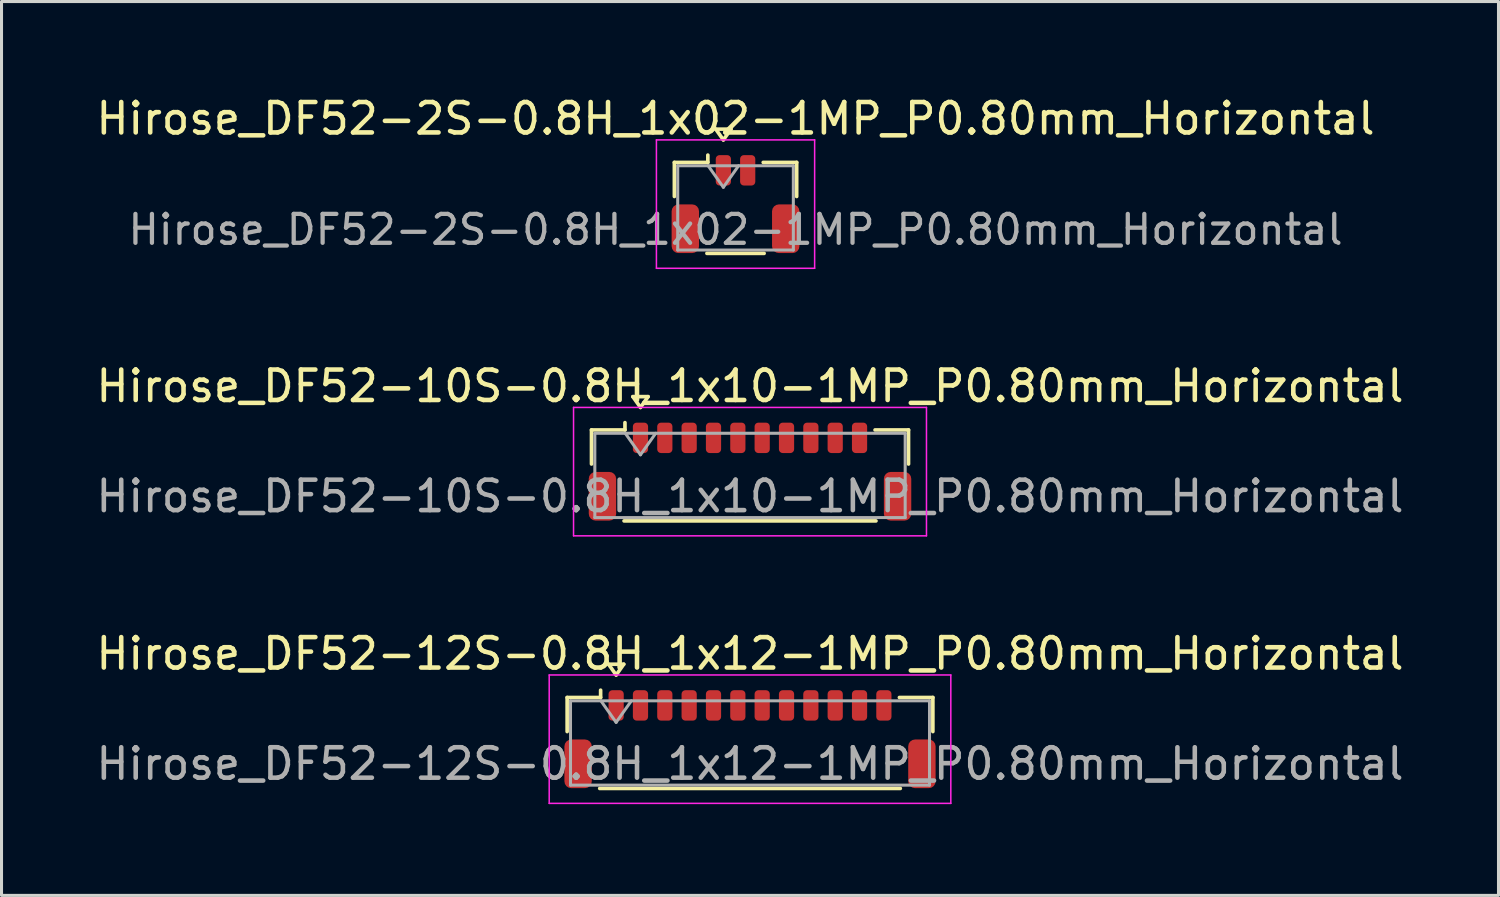
<source format=kicad_pcb>
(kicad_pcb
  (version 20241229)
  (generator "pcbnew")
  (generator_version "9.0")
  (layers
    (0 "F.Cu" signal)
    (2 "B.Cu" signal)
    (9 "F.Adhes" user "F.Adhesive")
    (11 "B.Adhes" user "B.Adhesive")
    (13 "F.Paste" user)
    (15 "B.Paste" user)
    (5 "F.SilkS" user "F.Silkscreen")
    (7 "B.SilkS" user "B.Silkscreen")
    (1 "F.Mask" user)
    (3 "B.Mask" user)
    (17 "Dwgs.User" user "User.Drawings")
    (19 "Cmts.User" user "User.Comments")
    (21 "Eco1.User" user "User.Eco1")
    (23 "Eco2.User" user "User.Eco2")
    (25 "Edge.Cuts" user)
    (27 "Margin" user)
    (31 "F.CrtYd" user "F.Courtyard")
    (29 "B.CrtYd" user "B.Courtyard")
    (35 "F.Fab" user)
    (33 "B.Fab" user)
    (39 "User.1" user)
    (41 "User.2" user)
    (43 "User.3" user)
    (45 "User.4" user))
  (footprint "Hirose_DF52-12S-0.8H_1x12-1MP_P0.80mm_Horizontal"
    (layer "F.Cu")
    (at 21.601 21.245)
    (property "Reference" "Hirose_DF52-12S-0.8H_1x12-1MP_P0.80mm_Horizontal" (at 0 -2.81 0) (layer "F.SilkS") (effects (font (size 1 1) (thickness 0.15))))
    (attr smd)
    (fp_line (start -6.01 -1.37) (end -4.91 -1.37) (stroke (width 0.12) (type solid)) (layer "F.SilkS"))
    (fp_line (start -6.01 -0.25) (end -6.01 -1.37) (stroke (width 0.12) (type solid)) (layer "F.SilkS"))
    (fp_line (start -4.94 1.62) (end 4.94 1.62) (stroke (width 0.12) (type solid)) (layer "F.SilkS"))
    (fp_line (start -4.91 -1.37) (end -4.91 -1.61) (stroke (width 0.12) (type solid)) (layer "F.SilkS"))
    (fp_line (start -4.65 -2.464) (end -4.4 -2.11) (stroke (width 0.12) (type solid)) (layer "F.SilkS"))
    (fp_line (start -4.4 -2.11) (end -4.15 -2.464) (stroke (width 0.12) (type solid)) (layer "F.SilkS"))
    (fp_line (start -4.15 -2.464) (end -4.65 -2.464) (stroke (width 0.12) (type solid)) (layer "F.SilkS"))
    (fp_line (start 6.01 -1.37) (end 4.91 -1.37) (stroke (width 0.12) (type solid)) (layer "F.SilkS"))
    (fp_line (start 6.01 -0.25) (end 6.01 -1.37) (stroke (width 0.12) (type solid)) (layer "F.SilkS"))
    (fp_line (start -6.6 -2.11) (end -6.6 2.11) (stroke (width 0.05) (type solid)) (layer "F.CrtYd"))
    (fp_line (start -6.6 2.11) (end 6.6 2.11) (stroke (width 0.05) (type solid)) (layer "F.CrtYd"))
    (fp_line (start 6.6 -2.11) (end -6.6 -2.11) (stroke (width 0.05) (type solid)) (layer "F.CrtYd"))
    (fp_line (start 6.6 2.11) (end 6.6 -2.11) (stroke (width 0.05) (type solid)) (layer "F.CrtYd"))
    (fp_line (start -5.9 -1.26) (end -5.9 1.51) (stroke (width 0.1) (type solid)) (layer "F.Fab"))
    (fp_line (start -5.9 -1.26) (end 5.9 -1.26) (stroke (width 0.1) (type solid)) (layer "F.Fab"))
    (fp_line (start -5.9 1.51) (end 5.9 1.51) (stroke (width 0.1) (type solid)) (layer "F.Fab"))
    (fp_line (start -4.9 -1.26) (end -4.4 -0.553) (stroke (width 0.1) (type solid)) (layer "F.Fab"))
    (fp_line (start -4.4 -0.553) (end -3.9 -1.26) (stroke (width 0.1) (type solid)) (layer "F.Fab"))
    (fp_line (start 5.9 -1.26) (end 5.9 1.51) (stroke (width 0.1) (type solid)) (layer "F.Fab"))
    (fp_text user "${REFERENCE}" (at 0 0.81 0) (layer "F.Fab") (effects (font (size 1 1) (thickness 0.15))))
    (pad "1" smd roundrect (at -4.4 -1.11) (size 0.5 1) (layers "F.Cu" "F.Mask" "F.Paste") (roundrect_rratio 0.25))
    (pad "2" smd roundrect (at -3.6 -1.11) (size 0.5 1) (layers "F.Cu" "F.Mask" "F.Paste") (roundrect_rratio 0.25))
    (pad "3" smd roundrect (at -2.8 -1.11) (size 0.5 1) (layers "F.Cu" "F.Mask" "F.Paste") (roundrect_rratio 0.25))
    (pad "4" smd roundrect (at -2 -1.11) (size 0.5 1) (layers "F.Cu" "F.Mask" "F.Paste") (roundrect_rratio 0.25))
    (pad "5" smd roundrect (at -1.2 -1.11) (size 0.5 1) (layers "F.Cu" "F.Mask" "F.Paste") (roundrect_rratio 0.25))
    (pad "6" smd roundrect (at -0.4 -1.11) (size 0.5 1) (layers "F.Cu" "F.Mask" "F.Paste") (roundrect_rratio 0.25))
    (pad "7" smd roundrect (at 0.4 -1.11) (size 0.5 1) (layers "F.Cu" "F.Mask" "F.Paste") (roundrect_rratio 0.25))
    (pad "8" smd roundrect (at 1.2 -1.11) (size 0.5 1) (layers "F.Cu" "F.Mask" "F.Paste") (roundrect_rratio 0.25))
    (pad "9" smd roundrect (at 2 -1.11) (size 0.5 1) (layers "F.Cu" "F.Mask" "F.Paste") (roundrect_rratio 0.25))
    (pad "10" smd roundrect (at 2.8 -1.11) (size 0.5 1) (layers "F.Cu" "F.Mask" "F.Paste") (roundrect_rratio 0.25))
    (pad "11" smd roundrect (at 3.6 -1.11) (size 0.5 1) (layers "F.Cu" "F.Mask" "F.Paste") (roundrect_rratio 0.25))
    (pad "12" smd roundrect (at 4.4 -1.11) (size 0.5 1) (layers "F.Cu" "F.Mask" "F.Paste") (roundrect_rratio 0.25))
    (pad "MP" smd roundrect (at -5.65 0.81) (size 0.9 1.6) (layers "F.Cu" "F.Mask" "F.Paste") (roundrect_rratio 0.25))
    (pad "MP" smd roundrect (at 5.65 0.81) (size 0.9 1.6) (layers "F.Cu" "F.Mask" "F.Paste") (roundrect_rratio 0.25)))
  (footprint "Hirose_DF52-10S-0.8H_1x10-1MP_P0.80mm_Horizontal"
    (layer "F.Cu")
    (at 21.601 12.451)
    (property "Reference" "Hirose_DF52-10S-0.8H_1x10-1MP_P0.80mm_Horizontal" (at 0 -2.81 0) (layer "F.SilkS") (effects (font (size 1 1) (thickness 0.15))))
    (attr smd)
    (fp_line (start -5.21 -1.37) (end -4.11 -1.37) (stroke (width 0.12) (type solid)) (layer "F.SilkS"))
    (fp_line (start -5.21 -0.25) (end -5.21 -1.37) (stroke (width 0.12) (type solid)) (layer "F.SilkS"))
    (fp_line (start -4.14 1.62) (end 4.14 1.62) (stroke (width 0.12) (type solid)) (layer "F.SilkS"))
    (fp_line (start -4.11 -1.37) (end -4.11 -1.61) (stroke (width 0.12) (type solid)) (layer "F.SilkS"))
    (fp_line (start -3.85 -2.464) (end -3.6 -2.11) (stroke (width 0.12) (type solid)) (layer "F.SilkS"))
    (fp_line (start -3.6 -2.11) (end -3.35 -2.464) (stroke (width 0.12) (type solid)) (layer "F.SilkS"))
    (fp_line (start -3.35 -2.464) (end -3.85 -2.464) (stroke (width 0.12) (type solid)) (layer "F.SilkS"))
    (fp_line (start 5.21 -1.37) (end 4.11 -1.37) (stroke (width 0.12) (type solid)) (layer "F.SilkS"))
    (fp_line (start 5.21 -0.25) (end 5.21 -1.37) (stroke (width 0.12) (type solid)) (layer "F.SilkS"))
    (fp_line (start -5.8 -2.11) (end -5.8 2.11) (stroke (width 0.05) (type solid)) (layer "F.CrtYd"))
    (fp_line (start -5.8 2.11) (end 5.8 2.11) (stroke (width 0.05) (type solid)) (layer "F.CrtYd"))
    (fp_line (start 5.8 -2.11) (end -5.8 -2.11) (stroke (width 0.05) (type solid)) (layer "F.CrtYd"))
    (fp_line (start 5.8 2.11) (end 5.8 -2.11) (stroke (width 0.05) (type solid)) (layer "F.CrtYd"))
    (fp_line (start -5.1 -1.26) (end -5.1 1.51) (stroke (width 0.1) (type solid)) (layer "F.Fab"))
    (fp_line (start -5.1 -1.26) (end 5.1 -1.26) (stroke (width 0.1) (type solid)) (layer "F.Fab"))
    (fp_line (start -5.1 1.51) (end 5.1 1.51) (stroke (width 0.1) (type solid)) (layer "F.Fab"))
    (fp_line (start -4.1 -1.26) (end -3.6 -0.553) (stroke (width 0.1) (type solid)) (layer "F.Fab"))
    (fp_line (start -3.6 -0.553) (end -3.1 -1.26) (stroke (width 0.1) (type solid)) (layer "F.Fab"))
    (fp_line (start 5.1 -1.26) (end 5.1 1.51) (stroke (width 0.1) (type solid)) (layer "F.Fab"))
    (fp_text user "${REFERENCE}" (at 0 0.81 0) (layer "F.Fab") (effects (font (size 1 1) (thickness 0.15))))
    (pad "1" smd roundrect (at -3.6 -1.11) (size 0.5 1) (layers "F.Cu" "F.Mask" "F.Paste") (roundrect_rratio 0.25))
    (pad "2" smd roundrect (at -2.8 -1.11) (size 0.5 1) (layers "F.Cu" "F.Mask" "F.Paste") (roundrect_rratio 0.25))
    (pad "3" smd roundrect (at -2 -1.11) (size 0.5 1) (layers "F.Cu" "F.Mask" "F.Paste") (roundrect_rratio 0.25))
    (pad "4" smd roundrect (at -1.2 -1.11) (size 0.5 1) (layers "F.Cu" "F.Mask" "F.Paste") (roundrect_rratio 0.25))
    (pad "5" smd roundrect (at -0.4 -1.11) (size 0.5 1) (layers "F.Cu" "F.Mask" "F.Paste") (roundrect_rratio 0.25))
    (pad "6" smd roundrect (at 0.4 -1.11) (size 0.5 1) (layers "F.Cu" "F.Mask" "F.Paste") (roundrect_rratio 0.25))
    (pad "7" smd roundrect (at 1.2 -1.11) (size 0.5 1) (layers "F.Cu" "F.Mask" "F.Paste") (roundrect_rratio 0.25))
    (pad "8" smd roundrect (at 2 -1.11) (size 0.5 1) (layers "F.Cu" "F.Mask" "F.Paste") (roundrect_rratio 0.25))
    (pad "9" smd roundrect (at 2.8 -1.11) (size 0.5 1) (layers "F.Cu" "F.Mask" "F.Paste") (roundrect_rratio 0.25))
    (pad "10" smd roundrect (at 3.6 -1.11) (size 0.5 1) (layers "F.Cu" "F.Mask" "F.Paste") (roundrect_rratio 0.25))
    (pad "MP" smd roundrect (at -4.85 0.81) (size 0.9 1.6) (layers "F.Cu" "F.Mask" "F.Paste") (roundrect_rratio 0.25))
    (pad "MP" smd roundrect (at 4.85 0.81) (size 0.9 1.6) (layers "F.Cu" "F.Mask" "F.Paste") (roundrect_rratio 0.25)))
  (footprint "Hirose_DF52-2S-0.8H_1x02-1MP_P0.80mm_Horizontal"
    (layer "F.Cu")
    (at 21.125 3.658)
    (property "Reference" "Hirose_DF52-2S-0.8H_1x02-1MP_P0.80mm_Horizontal" (at 0 -2.81 0) (layer "F.SilkS") (effects (font (size 1 1) (thickness 0.15))))
    (attr smd)
    (fp_line (start -2.01 -1.37) (end -0.91 -1.37) (stroke (width 0.12) (type solid)) (layer "F.SilkS"))
    (fp_line (start -2.01 -0.25) (end -2.01 -1.37) (stroke (width 0.12) (type solid)) (layer "F.SilkS"))
    (fp_line (start -0.94 1.62) (end 0.94 1.62) (stroke (width 0.12) (type solid)) (layer "F.SilkS"))
    (fp_line (start -0.91 -1.37) (end -0.91 -1.61) (stroke (width 0.12) (type solid)) (layer "F.SilkS"))
    (fp_line (start -0.65 -2.464) (end -0.4 -2.11) (stroke (width 0.12) (type solid)) (layer "F.SilkS"))
    (fp_line (start -0.4 -2.11) (end -0.15 -2.464) (stroke (width 0.12) (type solid)) (layer "F.SilkS"))
    (fp_line (start -0.15 -2.464) (end -0.65 -2.464) (stroke (width 0.12) (type solid)) (layer "F.SilkS"))
    (fp_line (start 2.01 -1.37) (end 0.91 -1.37) (stroke (width 0.12) (type solid)) (layer "F.SilkS"))
    (fp_line (start 2.01 -0.25) (end 2.01 -1.37) (stroke (width 0.12) (type solid)) (layer "F.SilkS"))
    (fp_line (start -2.6 -2.11) (end -2.6 2.11) (stroke (width 0.05) (type solid)) (layer "F.CrtYd"))
    (fp_line (start -2.6 2.11) (end 2.6 2.11) (stroke (width 0.05) (type solid)) (layer "F.CrtYd"))
    (fp_line (start 2.6 -2.11) (end -2.6 -2.11) (stroke (width 0.05) (type solid)) (layer "F.CrtYd"))
    (fp_line (start 2.6 2.11) (end 2.6 -2.11) (stroke (width 0.05) (type solid)) (layer "F.CrtYd"))
    (fp_line (start -1.9 -1.26) (end -1.9 1.51) (stroke (width 0.1) (type solid)) (layer "F.Fab"))
    (fp_line (start -1.9 -1.26) (end 1.9 -1.26) (stroke (width 0.1) (type solid)) (layer "F.Fab"))
    (fp_line (start -1.9 1.51) (end 1.9 1.51) (stroke (width 0.1) (type solid)) (layer "F.Fab"))
    (fp_line (start -0.9 -1.26) (end -0.4 -0.553) (stroke (width 0.1) (type solid)) (layer "F.Fab"))
    (fp_line (start -0.4 -0.553) (end 0.1 -1.26) (stroke (width 0.1) (type solid)) (layer "F.Fab"))
    (fp_line (start 1.9 -1.26) (end 1.9 1.51) (stroke (width 0.1) (type solid)) (layer "F.Fab"))
    (fp_text user "${REFERENCE}" (at 0 0.84 0) (layer "F.Fab") (effects (font (size 0.95 0.95) (thickness 0.14))))
    (pad "1" smd roundrect (at -0.4 -1.11) (size 0.5 1) (layers "F.Cu" "F.Mask" "F.Paste") (roundrect_rratio 0.25))
    (pad "2" smd roundrect (at 0.4 -1.11) (size 0.5 1) (layers "F.Cu" "F.Mask" "F.Paste") (roundrect_rratio 0.25))
    (pad "MP" smd roundrect (at -1.65 0.81) (size 0.9 1.6) (layers "F.Cu" "F.Mask" "F.Paste") (roundrect_rratio 0.25))
    (pad "MP" smd roundrect (at 1.65 0.81) (size 0.9 1.6) (layers "F.Cu" "F.Mask" "F.Paste") (roundrect_rratio 0.25)))
  (gr_rect
    (start -3 -3)
    (end 46.202 26.38)
    (stroke (width 0.1) (type default))
    (fill no)
    (layer "Edge.Cuts")))
</source>
